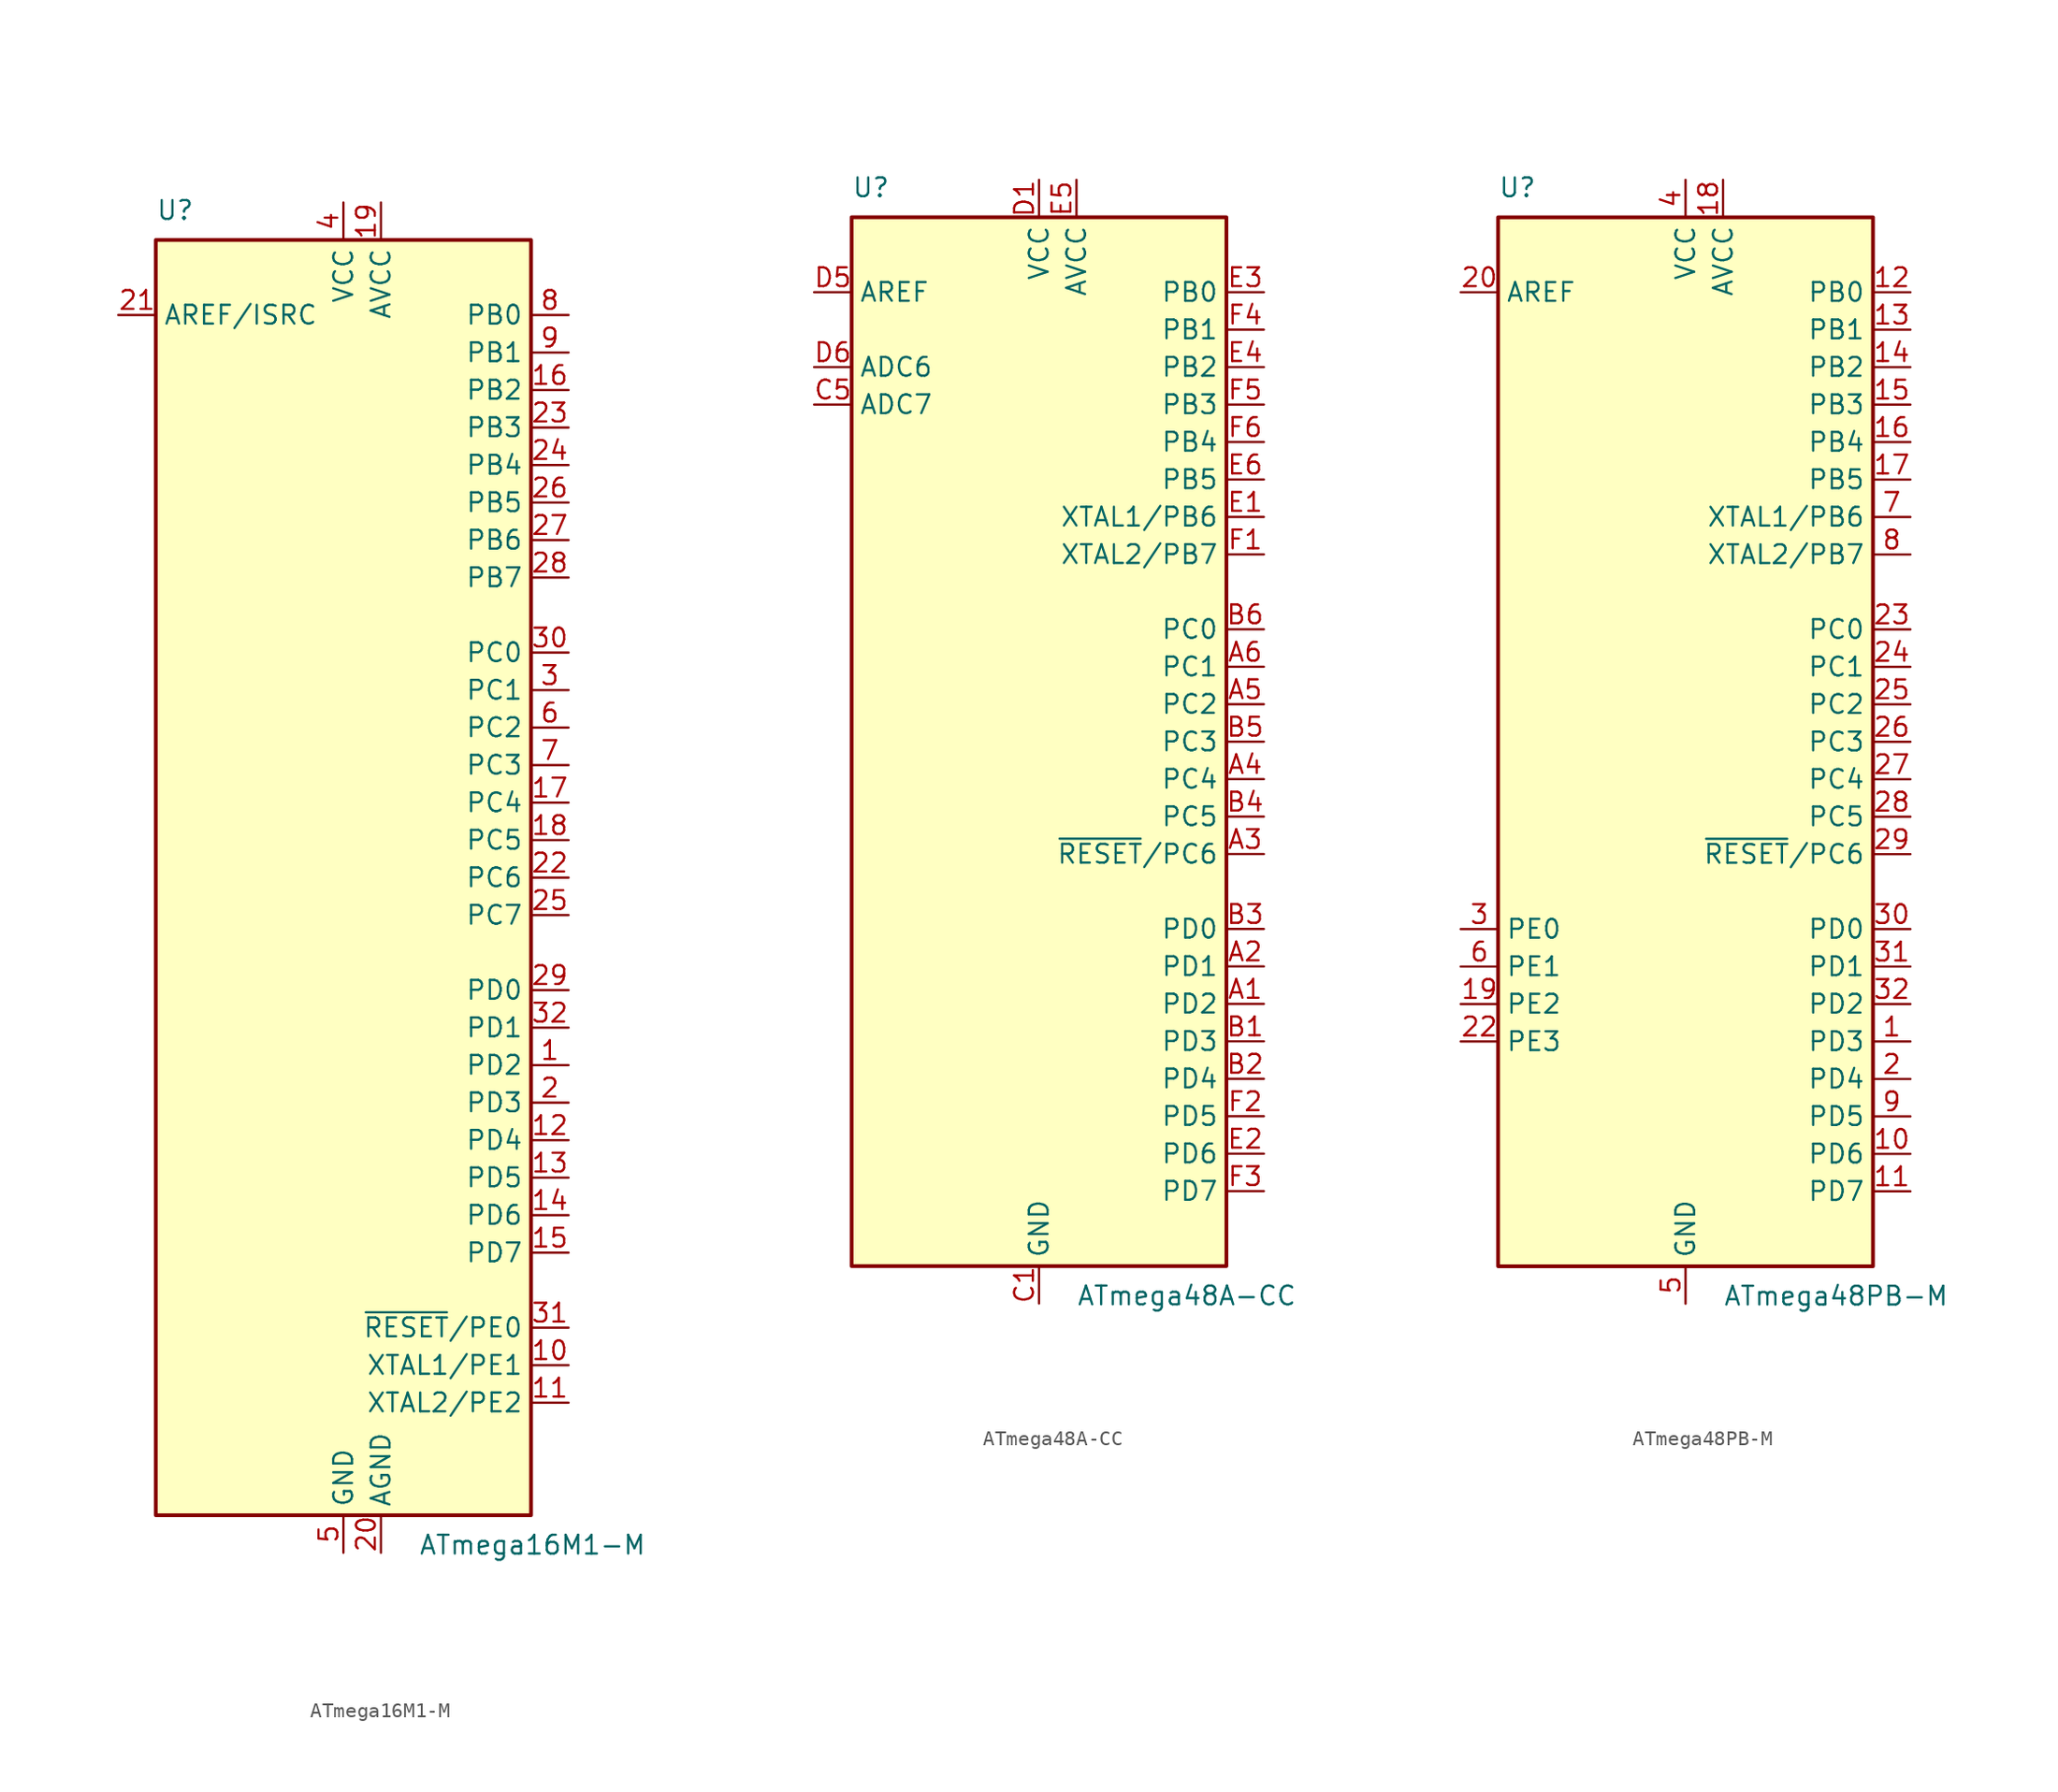
<source format=kicad_sym>
(kicad_symbol_lib
  (version 20201005)
  (generator kicad_symbol_editor)
  (symbol "ATmega16M1-M"
    (property "Reference" "U"
      (at -12.7 44.45 0)
      (effects (font (size 1.27 1.27)) (justify left bottom)))
    (property "Value" "ATmega16M1-M"
      (at 5.08 -44.45 0)
      (effects (font (size 1.27 1.27)) (justify left top)))
    (symbol "ATmega16M1-M_0_1"
      (rectangle (start -12.7 -43.18) (end 12.7 43.18) (stroke (width 0.254)) (fill (type background))))
    (symbol "ATmega16M1-M_1_1"
      (pin bidirectional line (at 15.24 -12.7 180) (length 2.54) (name "PD2" (effects (font (size 1.27 1.27)))) (number "1" (effects (font (size 1.27 1.27)))))
      (pin bidirectional line (at 15.24 -33.02 180) (length 2.54) (name "XTAL1/PE1" (effects (font (size 1.27 1.27)))) (number "10" (effects (font (size 1.27 1.27)))))
      (pin bidirectional line (at 15.24 -35.56 180) (length 2.54) (name "XTAL2/PE2" (effects (font (size 1.27 1.27)))) (number "11" (effects (font (size 1.27 1.27)))))
      (pin bidirectional line (at 15.24 -17.78 180) (length 2.54) (name "PD4" (effects (font (size 1.27 1.27)))) (number "12" (effects (font (size 1.27 1.27)))))
      (pin bidirectional line (at 15.24 -20.32 180) (length 2.54) (name "PD5" (effects (font (size 1.27 1.27)))) (number "13" (effects (font (size 1.27 1.27)))))
      (pin bidirectional line (at 15.24 -22.86 180) (length 2.54) (name "PD6" (effects (font (size 1.27 1.27)))) (number "14" (effects (font (size 1.27 1.27)))))
      (pin bidirectional line (at 15.24 -25.4 180) (length 2.54) (name "PD7" (effects (font (size 1.27 1.27)))) (number "15" (effects (font (size 1.27 1.27)))))
      (pin bidirectional line (at 15.24 33.02 180) (length 2.54) (name "PB2" (effects (font (size 1.27 1.27)))) (number "16" (effects (font (size 1.27 1.27)))))
      (pin bidirectional line (at 15.24 5.08 180) (length 2.54) (name "PC4" (effects (font (size 1.27 1.27)))) (number "17" (effects (font (size 1.27 1.27)))))
      (pin bidirectional line (at 15.24 2.54 180) (length 2.54) (name "PC5" (effects (font (size 1.27 1.27)))) (number "18" (effects (font (size 1.27 1.27)))))
      (pin power_in line (at 2.54 45.72 270) (length 2.54) (name "AVCC" (effects (font (size 1.27 1.27)))) (number "19" (effects (font (size 1.27 1.27)))))
      (pin bidirectional line (at 15.24 -15.24 180) (length 2.54) (name "PD3" (effects (font (size 1.27 1.27)))) (number "2" (effects (font (size 1.27 1.27)))))
      (pin power_in line (at 2.54 -45.72 90) (length 2.54) (name "AGND" (effects (font (size 1.27 1.27)))) (number "20" (effects (font (size 1.27 1.27)))))
      (pin passive line (at -15.24 38.1 0) (length 2.54) (name "AREF/ISRC" (effects (font (size 1.27 1.27)))) (number "21" (effects (font (size 1.27 1.27)))))
      (pin bidirectional line (at 15.24 0 180) (length 2.54) (name "PC6" (effects (font (size 1.27 1.27)))) (number "22" (effects (font (size 1.27 1.27)))))
      (pin bidirectional line (at 15.24 30.48 180) (length 2.54) (name "PB3" (effects (font (size 1.27 1.27)))) (number "23" (effects (font (size 1.27 1.27)))))
      (pin bidirectional line (at 15.24 27.94 180) (length 2.54) (name "PB4" (effects (font (size 1.27 1.27)))) (number "24" (effects (font (size 1.27 1.27)))))
      (pin bidirectional line (at 15.24 -2.54 180) (length 2.54) (name "PC7" (effects (font (size 1.27 1.27)))) (number "25" (effects (font (size 1.27 1.27)))))
      (pin bidirectional line (at 15.24 25.4 180) (length 2.54) (name "PB5" (effects (font (size 1.27 1.27)))) (number "26" (effects (font (size 1.27 1.27)))))
      (pin bidirectional line (at 15.24 22.86 180) (length 2.54) (name "PB6" (effects (font (size 1.27 1.27)))) (number "27" (effects (font (size 1.27 1.27)))))
      (pin bidirectional line (at 15.24 20.32 180) (length 2.54) (name "PB7" (effects (font (size 1.27 1.27)))) (number "28" (effects (font (size 1.27 1.27)))))
      (pin bidirectional line (at 15.24 -7.62 180) (length 2.54) (name "PD0" (effects (font (size 1.27 1.27)))) (number "29" (effects (font (size 1.27 1.27)))))
      (pin bidirectional line (at 15.24 12.7 180) (length 2.54) (name "PC1" (effects (font (size 1.27 1.27)))) (number "3" (effects (font (size 1.27 1.27)))))
      (pin bidirectional line (at 15.24 15.24 180) (length 2.54) (name "PC0" (effects (font (size 1.27 1.27)))) (number "30" (effects (font (size 1.27 1.27)))))
      (pin bidirectional line (at 15.24 -30.48 180) (length 2.54) (name "~RESET~/PE0" (effects (font (size 1.27 1.27)))) (number "31" (effects (font (size 1.27 1.27)))))
      (pin bidirectional line (at 15.24 -10.16 180) (length 2.54) (name "PD1" (effects (font (size 1.27 1.27)))) (number "32" (effects (font (size 1.27 1.27)))))
      (pin passive line (at 0 -45.72 90) (length 2.54) hide (name "GND" (effects (font (size 1.27 1.27)))) (number "33" (effects (font (size 1.27 1.27)))))
      (pin power_in line (at 0 45.72 270) (length 2.54) (name "VCC" (effects (font (size 1.27 1.27)))) (number "4" (effects (font (size 1.27 1.27)))))
      (pin power_in line (at 0 -45.72 90) (length 2.54) (name "GND" (effects (font (size 1.27 1.27)))) (number "5" (effects (font (size 1.27 1.27)))))
      (pin bidirectional line (at 15.24 10.16 180) (length 2.54) (name "PC2" (effects (font (size 1.27 1.27)))) (number "6" (effects (font (size 1.27 1.27)))))
      (pin bidirectional line (at 15.24 7.62 180) (length 2.54) (name "PC3" (effects (font (size 1.27 1.27)))) (number "7" (effects (font (size 1.27 1.27)))))
      (pin bidirectional line (at 15.24 38.1 180) (length 2.54) (name "PB0" (effects (font (size 1.27 1.27)))) (number "8" (effects (font (size 1.27 1.27)))))
      (pin bidirectional line (at 15.24 35.56 180) (length 2.54) (name "PB1" (effects (font (size 1.27 1.27)))) (number "9" (effects (font (size 1.27 1.27)))))))
  (symbol "ATmega48A-CC"
    (property "Reference" "U"
      (at -12.7 36.83 0)
      (effects (font (size 1.27 1.27)) (justify left bottom)))
    (property "Value" "ATmega48A-CC"
      (at 2.54 -36.83 0)
      (effects (font (size 1.27 1.27)) (justify left top)))
    (symbol "ATmega48A-CC_0_1"
      (rectangle (start -12.7 -35.56) (end 12.7 35.56) (stroke (width 0.254)) (fill (type background))))
    (symbol "ATmega48A-CC_1_1"
      (pin bidirectional line (at 15.24 -17.78 180) (length 2.54) (name "PD2" (effects (font (size 1.27 1.27)))) (number "A1" (effects (font (size 1.27 1.27)))))
      (pin bidirectional line (at 15.24 -15.24 180) (length 2.54) (name "PD1" (effects (font (size 1.27 1.27)))) (number "A2" (effects (font (size 1.27 1.27)))))
      (pin bidirectional line (at 15.24 -7.62 180) (length 2.54) (name "~RESET~/PC6" (effects (font (size 1.27 1.27)))) (number "A3" (effects (font (size 1.27 1.27)))))
      (pin bidirectional line (at 15.24 -2.54 180) (length 2.54) (name "PC4" (effects (font (size 1.27 1.27)))) (number "A4" (effects (font (size 1.27 1.27)))))
      (pin bidirectional line (at 15.24 2.54 180) (length 2.54) (name "PC2" (effects (font (size 1.27 1.27)))) (number "A5" (effects (font (size 1.27 1.27)))))
      (pin bidirectional line (at 15.24 5.08 180) (length 2.54) (name "PC1" (effects (font (size 1.27 1.27)))) (number "A6" (effects (font (size 1.27 1.27)))))
      (pin bidirectional line (at 15.24 -20.32 180) (length 2.54) (name "PD3" (effects (font (size 1.27 1.27)))) (number "B1" (effects (font (size 1.27 1.27)))))
      (pin bidirectional line (at 15.24 -22.86 180) (length 2.54) (name "PD4" (effects (font (size 1.27 1.27)))) (number "B2" (effects (font (size 1.27 1.27)))))
      (pin bidirectional line (at 15.24 -12.7 180) (length 2.54) (name "PD0" (effects (font (size 1.27 1.27)))) (number "B3" (effects (font (size 1.27 1.27)))))
      (pin bidirectional line (at 15.24 -5.08 180) (length 2.54) (name "PC5" (effects (font (size 1.27 1.27)))) (number "B4" (effects (font (size 1.27 1.27)))))
      (pin bidirectional line (at 15.24 0 180) (length 2.54) (name "PC3" (effects (font (size 1.27 1.27)))) (number "B5" (effects (font (size 1.27 1.27)))))
      (pin bidirectional line (at 15.24 7.62 180) (length 2.54) (name "PC0" (effects (font (size 1.27 1.27)))) (number "B6" (effects (font (size 1.27 1.27)))))
      (pin power_in line (at 0 -38.1 90) (length 2.54) (name "GND" (effects (font (size 1.27 1.27)))) (number "C1" (effects (font (size 1.27 1.27)))))
      (pin passive line (at 0 -38.1 90) (length 2.54) hide (name "GND" (effects (font (size 1.27 1.27)))) (number "C2" (effects (font (size 1.27 1.27)))))
      (pin input line (at -15.24 22.86 0) (length 2.54) (name "ADC7" (effects (font (size 1.27 1.27)))) (number "C5" (effects (font (size 1.27 1.27)))))
      (pin passive line (at 0 -38.1 90) (length 2.54) hide (name "GND" (effects (font (size 1.27 1.27)))) (number "C6" (effects (font (size 1.27 1.27)))))
      (pin power_in line (at 0 38.1 270) (length 2.54) (name "VCC" (effects (font (size 1.27 1.27)))) (number "D1" (effects (font (size 1.27 1.27)))))
      (pin passive line (at 0 38.1 270) (length 2.54) hide (name "VCC" (effects (font (size 1.27 1.27)))) (number "D2" (effects (font (size 1.27 1.27)))))
      (pin passive line (at -15.24 30.48 0) (length 2.54) (name "AREF" (effects (font (size 1.27 1.27)))) (number "D5" (effects (font (size 1.27 1.27)))))
      (pin input line (at -15.24 25.4 0) (length 2.54) (name "ADC6" (effects (font (size 1.27 1.27)))) (number "D6" (effects (font (size 1.27 1.27)))))
      (pin bidirectional line (at 15.24 15.24 180) (length 2.54) (name "XTAL1/PB6" (effects (font (size 1.27 1.27)))) (number "E1" (effects (font (size 1.27 1.27)))))
      (pin bidirectional line (at 15.24 -27.94 180) (length 2.54) (name "PD6" (effects (font (size 1.27 1.27)))) (number "E2" (effects (font (size 1.27 1.27)))))
      (pin bidirectional line (at 15.24 30.48 180) (length 2.54) (name "PB0" (effects (font (size 1.27 1.27)))) (number "E3" (effects (font (size 1.27 1.27)))))
      (pin bidirectional line (at 15.24 25.4 180) (length 2.54) (name "PB2" (effects (font (size 1.27 1.27)))) (number "E4" (effects (font (size 1.27 1.27)))))
      (pin power_in line (at 2.54 38.1 270) (length 2.54) (name "AVCC" (effects (font (size 1.27 1.27)))) (number "E5" (effects (font (size 1.27 1.27)))))
      (pin bidirectional line (at 15.24 17.78 180) (length 2.54) (name "PB5" (effects (font (size 1.27 1.27)))) (number "E6" (effects (font (size 1.27 1.27)))))
      (pin bidirectional line (at 15.24 12.7 180) (length 2.54) (name "XTAL2/PB7" (effects (font (size 1.27 1.27)))) (number "F1" (effects (font (size 1.27 1.27)))))
      (pin bidirectional line (at 15.24 -25.4 180) (length 2.54) (name "PD5" (effects (font (size 1.27 1.27)))) (number "F2" (effects (font (size 1.27 1.27)))))
      (pin bidirectional line (at 15.24 -30.48 180) (length 2.54) (name "PD7" (effects (font (size 1.27 1.27)))) (number "F3" (effects (font (size 1.27 1.27)))))
      (pin bidirectional line (at 15.24 27.94 180) (length 2.54) (name "PB1" (effects (font (size 1.27 1.27)))) (number "F4" (effects (font (size 1.27 1.27)))))
      (pin bidirectional line (at 15.24 22.86 180) (length 2.54) (name "PB3" (effects (font (size 1.27 1.27)))) (number "F5" (effects (font (size 1.27 1.27)))))
      (pin bidirectional line (at 15.24 20.32 180) (length 2.54) (name "PB4" (effects (font (size 1.27 1.27)))) (number "F6" (effects (font (size 1.27 1.27)))))))
  (symbol "ATmega48PB-M"
    (property "Reference" "U"
      (at -12.7 36.83 0)
      (effects (font (size 1.27 1.27)) (justify left bottom)))
    (property "Value" "ATmega48PB-M"
      (at 2.54 -36.83 0)
      (effects (font (size 1.27 1.27)) (justify left top)))
    (symbol "ATmega48PB-M_0_1"
      (rectangle (start -12.7 -35.56) (end 12.7 35.56) (stroke (width 0.254)) (fill (type background))))
    (symbol "ATmega48PB-M_1_1"
      (pin bidirectional line (at 15.24 -20.32 180) (length 2.54) (name "PD3" (effects (font (size 1.27 1.27)))) (number "1" (effects (font (size 1.27 1.27)))))
      (pin bidirectional line (at 15.24 -27.94 180) (length 2.54) (name "PD6" (effects (font (size 1.27 1.27)))) (number "10" (effects (font (size 1.27 1.27)))))
      (pin bidirectional line (at 15.24 -30.48 180) (length 2.54) (name "PD7" (effects (font (size 1.27 1.27)))) (number "11" (effects (font (size 1.27 1.27)))))
      (pin bidirectional line (at 15.24 30.48 180) (length 2.54) (name "PB0" (effects (font (size 1.27 1.27)))) (number "12" (effects (font (size 1.27 1.27)))))
      (pin bidirectional line (at 15.24 27.94 180) (length 2.54) (name "PB1" (effects (font (size 1.27 1.27)))) (number "13" (effects (font (size 1.27 1.27)))))
      (pin bidirectional line (at 15.24 25.4 180) (length 2.54) (name "PB2" (effects (font (size 1.27 1.27)))) (number "14" (effects (font (size 1.27 1.27)))))
      (pin bidirectional line (at 15.24 22.86 180) (length 2.54) (name "PB3" (effects (font (size 1.27 1.27)))) (number "15" (effects (font (size 1.27 1.27)))))
      (pin bidirectional line (at 15.24 20.32 180) (length 2.54) (name "PB4" (effects (font (size 1.27 1.27)))) (number "16" (effects (font (size 1.27 1.27)))))
      (pin bidirectional line (at 15.24 17.78 180) (length 2.54) (name "PB5" (effects (font (size 1.27 1.27)))) (number "17" (effects (font (size 1.27 1.27)))))
      (pin power_in line (at 2.54 38.1 270) (length 2.54) (name "AVCC" (effects (font (size 1.27 1.27)))) (number "18" (effects (font (size 1.27 1.27)))))
      (pin bidirectional line (at -15.24 -17.78 0) (length 2.54) (name "PE2" (effects (font (size 1.27 1.27)))) (number "19" (effects (font (size 1.27 1.27)))))
      (pin bidirectional line (at 15.24 -22.86 180) (length 2.54) (name "PD4" (effects (font (size 1.27 1.27)))) (number "2" (effects (font (size 1.27 1.27)))))
      (pin passive line (at -15.24 30.48 0) (length 2.54) (name "AREF" (effects (font (size 1.27 1.27)))) (number "20" (effects (font (size 1.27 1.27)))))
      (pin passive line (at 0 -38.1 90) (length 2.54) hide (name "GND" (effects (font (size 1.27 1.27)))) (number "21" (effects (font (size 1.27 1.27)))))
      (pin bidirectional line (at -15.24 -20.32 0) (length 2.54) (name "PE3" (effects (font (size 1.27 1.27)))) (number "22" (effects (font (size 1.27 1.27)))))
      (pin bidirectional line (at 15.24 7.62 180) (length 2.54) (name "PC0" (effects (font (size 1.27 1.27)))) (number "23" (effects (font (size 1.27 1.27)))))
      (pin bidirectional line (at 15.24 5.08 180) (length 2.54) (name "PC1" (effects (font (size 1.27 1.27)))) (number "24" (effects (font (size 1.27 1.27)))))
      (pin bidirectional line (at 15.24 2.54 180) (length 2.54) (name "PC2" (effects (font (size 1.27 1.27)))) (number "25" (effects (font (size 1.27 1.27)))))
      (pin bidirectional line (at 15.24 0 180) (length 2.54) (name "PC3" (effects (font (size 1.27 1.27)))) (number "26" (effects (font (size 1.27 1.27)))))
      (pin bidirectional line (at 15.24 -2.54 180) (length 2.54) (name "PC4" (effects (font (size 1.27 1.27)))) (number "27" (effects (font (size 1.27 1.27)))))
      (pin bidirectional line (at 15.24 -5.08 180) (length 2.54) (name "PC5" (effects (font (size 1.27 1.27)))) (number "28" (effects (font (size 1.27 1.27)))))
      (pin bidirectional line (at 15.24 -7.62 180) (length 2.54) (name "~RESET~/PC6" (effects (font (size 1.27 1.27)))) (number "29" (effects (font (size 1.27 1.27)))))
      (pin bidirectional line (at -15.24 -12.7 0) (length 2.54) (name "PE0" (effects (font (size 1.27 1.27)))) (number "3" (effects (font (size 1.27 1.27)))))
      (pin bidirectional line (at 15.24 -12.7 180) (length 2.54) (name "PD0" (effects (font (size 1.27 1.27)))) (number "30" (effects (font (size 1.27 1.27)))))
      (pin bidirectional line (at 15.24 -15.24 180) (length 2.54) (name "PD1" (effects (font (size 1.27 1.27)))) (number "31" (effects (font (size 1.27 1.27)))))
      (pin bidirectional line (at 15.24 -17.78 180) (length 2.54) (name "PD2" (effects (font (size 1.27 1.27)))) (number "32" (effects (font (size 1.27 1.27)))))
      (pin passive line (at 0 -38.1 90) (length 2.54) hide (name "GND" (effects (font (size 1.27 1.27)))) (number "33" (effects (font (size 1.27 1.27)))))
      (pin power_in line (at 0 38.1 270) (length 2.54) (name "VCC" (effects (font (size 1.27 1.27)))) (number "4" (effects (font (size 1.27 1.27)))))
      (pin power_in line (at 0 -38.1 90) (length 2.54) (name "GND" (effects (font (size 1.27 1.27)))) (number "5" (effects (font (size 1.27 1.27)))))
      (pin bidirectional line (at -15.24 -15.24 0) (length 2.54) (name "PE1" (effects (font (size 1.27 1.27)))) (number "6" (effects (font (size 1.27 1.27)))))
      (pin bidirectional line (at 15.24 15.24 180) (length 2.54) (name "XTAL1/PB6" (effects (font (size 1.27 1.27)))) (number "7" (effects (font (size 1.27 1.27)))))
      (pin bidirectional line (at 15.24 12.7 180) (length 2.54) (name "XTAL2/PB7" (effects (font (size 1.27 1.27)))) (number "8" (effects (font (size 1.27 1.27)))))
      (pin bidirectional line (at 15.24 -25.4 180) (length 2.54) (name "PD5" (effects (font (size 1.27 1.27)))) (number "9" (effects (font (size 1.27 1.27))))))))
</source>
